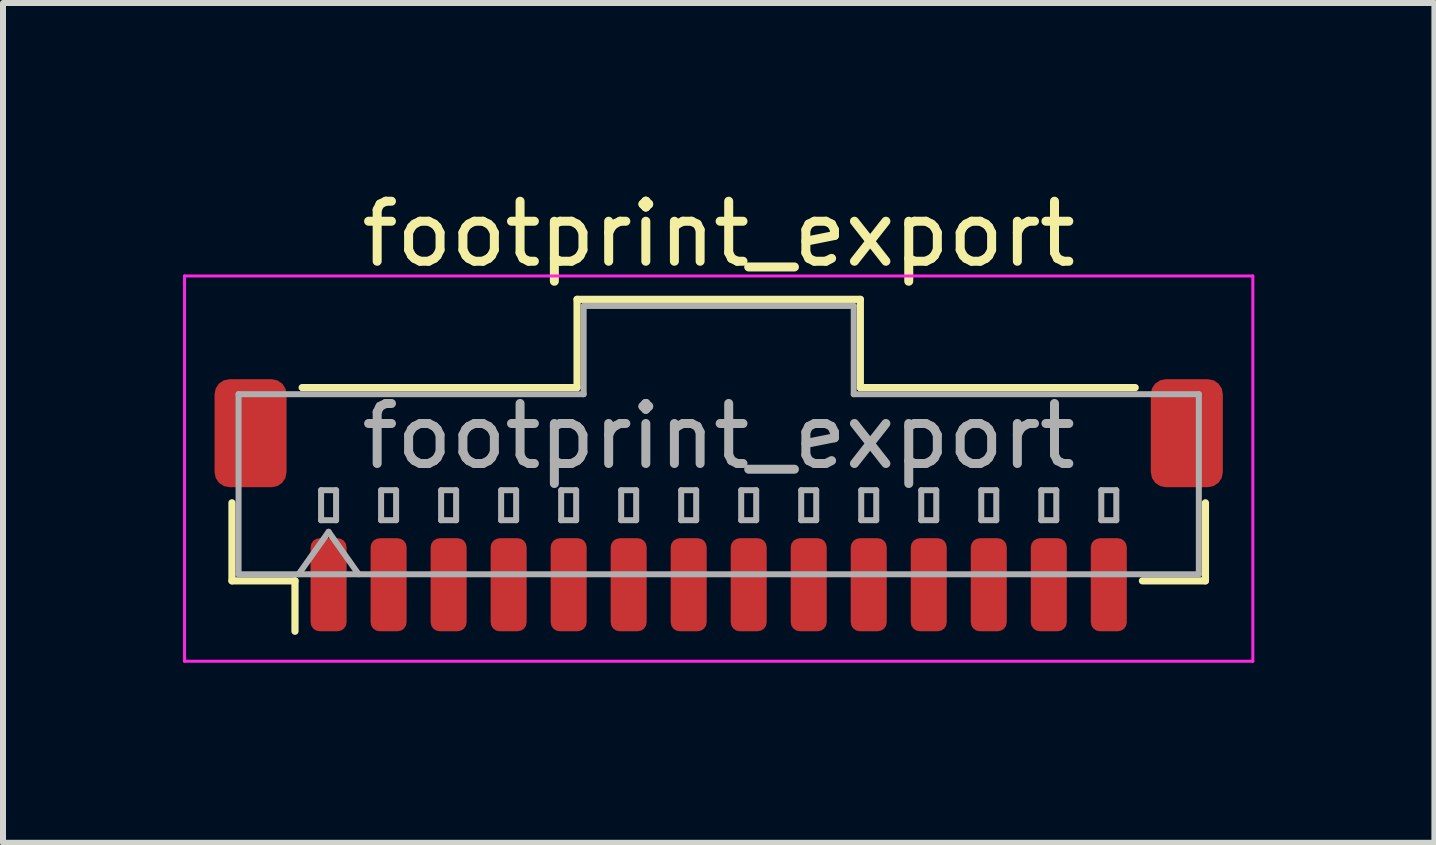
<source format=kicad_pcb>
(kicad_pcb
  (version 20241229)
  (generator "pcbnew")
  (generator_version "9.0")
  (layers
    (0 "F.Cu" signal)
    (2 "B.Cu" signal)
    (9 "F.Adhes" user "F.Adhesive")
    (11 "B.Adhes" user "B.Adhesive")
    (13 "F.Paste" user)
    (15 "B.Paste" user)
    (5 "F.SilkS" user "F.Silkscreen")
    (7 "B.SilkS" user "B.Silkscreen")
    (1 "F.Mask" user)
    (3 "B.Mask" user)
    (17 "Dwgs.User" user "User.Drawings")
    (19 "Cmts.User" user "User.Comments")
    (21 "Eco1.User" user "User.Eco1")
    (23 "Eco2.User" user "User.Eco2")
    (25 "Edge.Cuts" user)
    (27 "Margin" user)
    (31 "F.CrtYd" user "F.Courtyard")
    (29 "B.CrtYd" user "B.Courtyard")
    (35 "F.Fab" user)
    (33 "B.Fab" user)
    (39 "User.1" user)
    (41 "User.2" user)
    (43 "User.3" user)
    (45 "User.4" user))
  (footprint "footprint_export"
    (layer "F.Cu")
    (at 8.925 5.368)
    (property "Reference" "footprint_export" (at 0 -4.52 0) (layer "F.SilkS") (effects (font (size 1 1) (thickness 0.15))))
    (attr smd)
    (fp_line (start -8.11 -0.04) (end -8.11 1.26) (stroke (width 0.12) (type solid)) (layer "F.SilkS"))
    (fp_line (start -8.11 1.26) (end -7.06 1.26) (stroke (width 0.12) (type solid)) (layer "F.SilkS"))
    (fp_line (start -7.06 1.26) (end -7.06 2.1) (stroke (width 0.12) (type solid)) (layer "F.SilkS"))
    (fp_line (start -6.94 -1.96) (end -2.36 -1.96) (stroke (width 0.12) (type solid)) (layer "F.SilkS"))
    (fp_line (start -2.36 -3.43) (end 2.36 -3.43) (stroke (width 0.12) (type solid)) (layer "F.SilkS"))
    (fp_line (start -2.36 -1.96) (end -2.36 -3.43) (stroke (width 0.12) (type solid)) (layer "F.SilkS"))
    (fp_line (start 2.36 -3.43) (end 2.36 -1.96) (stroke (width 0.12) (type solid)) (layer "F.SilkS"))
    (fp_line (start 2.36 -1.96) (end 6.94 -1.96) (stroke (width 0.12) (type solid)) (layer "F.SilkS"))
    (fp_line (start 8.11 -0.04) (end 8.11 1.26) (stroke (width 0.12) (type solid)) (layer "F.SilkS"))
    (fp_line (start 8.11 1.26) (end 7.06 1.26) (stroke (width 0.12) (type solid)) (layer "F.SilkS"))
    (fp_line (start -8.9 -3.82) (end -8.9 2.6) (stroke (width 0.05) (type solid)) (layer "F.CrtYd"))
    (fp_line (start -8.9 2.6) (end 8.9 2.6) (stroke (width 0.05) (type solid)) (layer "F.CrtYd"))
    (fp_line (start 8.9 -3.82) (end -8.9 -3.82) (stroke (width 0.05) (type solid)) (layer "F.CrtYd"))
    (fp_line (start 8.9 2.6) (end 8.9 -3.82) (stroke (width 0.05) (type solid)) (layer "F.CrtYd"))
    (fp_line (start -8 -1.85) (end -2.25 -1.85) (stroke (width 0.1) (type solid)) (layer "F.Fab"))
    (fp_line (start -8 1.15) (end -8 -1.85) (stroke (width 0.1) (type solid)) (layer "F.Fab"))
    (fp_line (start -8 1.15) (end 8 1.15) (stroke (width 0.1) (type solid)) (layer "F.Fab"))
    (fp_line (start -7 1.15) (end -6.5 0.443) (stroke (width 0.1) (type solid)) (layer "F.Fab"))
    (fp_line (start -6.625 -0.25) (end -6.625 0.25) (stroke (width 0.1) (type solid)) (layer "F.Fab"))
    (fp_line (start -6.625 0.25) (end -6.375 0.25) (stroke (width 0.1) (type solid)) (layer "F.Fab"))
    (fp_line (start -6.5 0.443) (end -6 1.15) (stroke (width 0.1) (type solid)) (layer "F.Fab"))
    (fp_line (start -6.375 -0.25) (end -6.625 -0.25) (stroke (width 0.1) (type solid)) (layer "F.Fab"))
    (fp_line (start -6.375 0.25) (end -6.375 -0.25) (stroke (width 0.1) (type solid)) (layer "F.Fab"))
    (fp_line (start -5.625 -0.25) (end -5.625 0.25) (stroke (width 0.1) (type solid)) (layer "F.Fab"))
    (fp_line (start -5.625 0.25) (end -5.375 0.25) (stroke (width 0.1) (type solid)) (layer "F.Fab"))
    (fp_line (start -5.375 -0.25) (end -5.625 -0.25) (stroke (width 0.1) (type solid)) (layer "F.Fab"))
    (fp_line (start -5.375 0.25) (end -5.375 -0.25) (stroke (width 0.1) (type solid)) (layer "F.Fab"))
    (fp_line (start -4.625 -0.25) (end -4.625 0.25) (stroke (width 0.1) (type solid)) (layer "F.Fab"))
    (fp_line (start -4.625 0.25) (end -4.375 0.25) (stroke (width 0.1) (type solid)) (layer "F.Fab"))
    (fp_line (start -4.375 -0.25) (end -4.625 -0.25) (stroke (width 0.1) (type solid)) (layer "F.Fab"))
    (fp_line (start -4.375 0.25) (end -4.375 -0.25) (stroke (width 0.1) (type solid)) (layer "F.Fab"))
    (fp_line (start -3.625 -0.25) (end -3.625 0.25) (stroke (width 0.1) (type solid)) (layer "F.Fab"))
    (fp_line (start -3.625 0.25) (end -3.375 0.25) (stroke (width 0.1) (type solid)) (layer "F.Fab"))
    (fp_line (start -3.375 -0.25) (end -3.625 -0.25) (stroke (width 0.1) (type solid)) (layer "F.Fab"))
    (fp_line (start -3.375 0.25) (end -3.375 -0.25) (stroke (width 0.1) (type solid)) (layer "F.Fab"))
    (fp_line (start -2.625 -0.25) (end -2.625 0.25) (stroke (width 0.1) (type solid)) (layer "F.Fab"))
    (fp_line (start -2.625 0.25) (end -2.375 0.25) (stroke (width 0.1) (type solid)) (layer "F.Fab"))
    (fp_line (start -2.375 -0.25) (end -2.625 -0.25) (stroke (width 0.1) (type solid)) (layer "F.Fab"))
    (fp_line (start -2.375 0.25) (end -2.375 -0.25) (stroke (width 0.1) (type solid)) (layer "F.Fab"))
    (fp_line (start -2.25 -3.32) (end 2.25 -3.32) (stroke (width 0.1) (type solid)) (layer "F.Fab"))
    (fp_line (start -2.25 -1.85) (end -2.25 -3.32) (stroke (width 0.1) (type solid)) (layer "F.Fab"))
    (fp_line (start -1.625 -0.25) (end -1.625 0.25) (stroke (width 0.1) (type solid)) (layer "F.Fab"))
    (fp_line (start -1.625 0.25) (end -1.375 0.25) (stroke (width 0.1) (type solid)) (layer "F.Fab"))
    (fp_line (start -1.375 -0.25) (end -1.625 -0.25) (stroke (width 0.1) (type solid)) (layer "F.Fab"))
    (fp_line (start -1.375 0.25) (end -1.375 -0.25) (stroke (width 0.1) (type solid)) (layer "F.Fab"))
    (fp_line (start -0.625 -0.25) (end -0.625 0.25) (stroke (width 0.1) (type solid)) (layer "F.Fab"))
    (fp_line (start -0.625 0.25) (end -0.375 0.25) (stroke (width 0.1) (type solid)) (layer "F.Fab"))
    (fp_line (start -0.375 -0.25) (end -0.625 -0.25) (stroke (width 0.1) (type solid)) (layer "F.Fab"))
    (fp_line (start -0.375 0.25) (end -0.375 -0.25) (stroke (width 0.1) (type solid)) (layer "F.Fab"))
    (fp_line (start 0.375 -0.25) (end 0.375 0.25) (stroke (width 0.1) (type solid)) (layer "F.Fab"))
    (fp_line (start 0.375 0.25) (end 0.625 0.25) (stroke (width 0.1) (type solid)) (layer "F.Fab"))
    (fp_line (start 0.625 -0.25) (end 0.375 -0.25) (stroke (width 0.1) (type solid)) (layer "F.Fab"))
    (fp_line (start 0.625 0.25) (end 0.625 -0.25) (stroke (width 0.1) (type solid)) (layer "F.Fab"))
    (fp_line (start 1.375 -0.25) (end 1.375 0.25) (stroke (width 0.1) (type solid)) (layer "F.Fab"))
    (fp_line (start 1.375 0.25) (end 1.625 0.25) (stroke (width 0.1) (type solid)) (layer "F.Fab"))
    (fp_line (start 1.625 -0.25) (end 1.375 -0.25) (stroke (width 0.1) (type solid)) (layer "F.Fab"))
    (fp_line (start 1.625 0.25) (end 1.625 -0.25) (stroke (width 0.1) (type solid)) (layer "F.Fab"))
    (fp_line (start 2.25 -3.32) (end 2.25 -1.85) (stroke (width 0.1) (type solid)) (layer "F.Fab"))
    (fp_line (start 2.25 -1.85) (end 8 -1.85) (stroke (width 0.1) (type solid)) (layer "F.Fab"))
    (fp_line (start 2.375 -0.25) (end 2.375 0.25) (stroke (width 0.1) (type solid)) (layer "F.Fab"))
    (fp_line (start 2.375 0.25) (end 2.625 0.25) (stroke (width 0.1) (type solid)) (layer "F.Fab"))
    (fp_line (start 2.625 -0.25) (end 2.375 -0.25) (stroke (width 0.1) (type solid)) (layer "F.Fab"))
    (fp_line (start 2.625 0.25) (end 2.625 -0.25) (stroke (width 0.1) (type solid)) (layer "F.Fab"))
    (fp_line (start 3.375 -0.25) (end 3.375 0.25) (stroke (width 0.1) (type solid)) (layer "F.Fab"))
    (fp_line (start 3.375 0.25) (end 3.625 0.25) (stroke (width 0.1) (type solid)) (layer "F.Fab"))
    (fp_line (start 3.625 -0.25) (end 3.375 -0.25) (stroke (width 0.1) (type solid)) (layer "F.Fab"))
    (fp_line (start 3.625 0.25) (end 3.625 -0.25) (stroke (width 0.1) (type solid)) (layer "F.Fab"))
    (fp_line (start 4.375 -0.25) (end 4.375 0.25) (stroke (width 0.1) (type solid)) (layer "F.Fab"))
    (fp_line (start 4.375 0.25) (end 4.625 0.25) (stroke (width 0.1) (type solid)) (layer "F.Fab"))
    (fp_line (start 4.625 -0.25) (end 4.375 -0.25) (stroke (width 0.1) (type solid)) (layer "F.Fab"))
    (fp_line (start 4.625 0.25) (end 4.625 -0.25) (stroke (width 0.1) (type solid)) (layer "F.Fab"))
    (fp_line (start 5.375 -0.25) (end 5.375 0.25) (stroke (width 0.1) (type solid)) (layer "F.Fab"))
    (fp_line (start 5.375 0.25) (end 5.625 0.25) (stroke (width 0.1) (type solid)) (layer "F.Fab"))
    (fp_line (start 5.625 -0.25) (end 5.375 -0.25) (stroke (width 0.1) (type solid)) (layer "F.Fab"))
    (fp_line (start 5.625 0.25) (end 5.625 -0.25) (stroke (width 0.1) (type solid)) (layer "F.Fab"))
    (fp_line (start 6.375 -0.25) (end 6.375 0.25) (stroke (width 0.1) (type solid)) (layer "F.Fab"))
    (fp_line (start 6.375 0.25) (end 6.625 0.25) (stroke (width 0.1) (type solid)) (layer "F.Fab"))
    (fp_line (start 6.625 -0.25) (end 6.375 -0.25) (stroke (width 0.1) (type solid)) (layer "F.Fab"))
    (fp_line (start 6.625 0.25) (end 6.625 -0.25) (stroke (width 0.1) (type solid)) (layer "F.Fab"))
    (fp_line (start 8 1.15) (end 8 -1.85) (stroke (width 0.1) (type solid)) (layer "F.Fab"))
    (fp_text user "${REFERENCE}" (at 0 -1.15 0) (layer "F.Fab") (effects (font (size 1 1) (thickness 0.15))))
    (pad "1" smd roundrect (at -6.5 1.325) (size 0.6 1.55) (layers "F.Cu" "F.Mask" "F.Paste") (roundrect_rratio 0.25))
    (pad "2" smd roundrect (at -5.5 1.325) (size 0.6 1.55) (layers "F.Cu" "F.Mask" "F.Paste") (roundrect_rratio 0.25))
    (pad "3" smd roundrect (at -4.5 1.325) (size 0.6 1.55) (layers "F.Cu" "F.Mask" "F.Paste") (roundrect_rratio 0.25))
    (pad "4" smd roundrect (at -3.5 1.325) (size 0.6 1.55) (layers "F.Cu" "F.Mask" "F.Paste") (roundrect_rratio 0.25))
    (pad "5" smd roundrect (at -2.5 1.325) (size 0.6 1.55) (layers "F.Cu" "F.Mask" "F.Paste") (roundrect_rratio 0.25))
    (pad "6" smd roundrect (at -1.5 1.325) (size 0.6 1.55) (layers "F.Cu" "F.Mask" "F.Paste") (roundrect_rratio 0.25))
    (pad "7" smd roundrect (at -0.5 1.325) (size 0.6 1.55) (layers "F.Cu" "F.Mask" "F.Paste") (roundrect_rratio 0.25))
    (pad "8" smd roundrect (at 0.5 1.325) (size 0.6 1.55) (layers "F.Cu" "F.Mask" "F.Paste") (roundrect_rratio 0.25))
    (pad "9" smd roundrect (at 1.5 1.325) (size 0.6 1.55) (layers "F.Cu" "F.Mask" "F.Paste") (roundrect_rratio 0.25))
    (pad "10" smd roundrect (at 2.5 1.325) (size 0.6 1.55) (layers "F.Cu" "F.Mask" "F.Paste") (roundrect_rratio 0.25))
    (pad "11" smd roundrect (at 3.5 1.325) (size 0.6 1.55) (layers "F.Cu" "F.Mask" "F.Paste") (roundrect_rratio 0.25))
    (pad "12" smd roundrect (at 4.5 1.325) (size 0.6 1.55) (layers "F.Cu" "F.Mask" "F.Paste") (roundrect_rratio 0.25))
    (pad "13" smd roundrect (at 5.5 1.325) (size 0.6 1.55) (layers "F.Cu" "F.Mask" "F.Paste") (roundrect_rratio 0.25))
    (pad "14" smd roundrect (at 6.5 1.325) (size 0.6 1.55) (layers "F.Cu" "F.Mask" "F.Paste") (roundrect_rratio 0.25))
    (pad "MP" smd roundrect (at -7.8 -1.2) (size 1.2 1.8) (layers "F.Cu" "F.Mask" "F.Paste") (roundrect_rratio 0.208))
    (pad "MP" smd roundrect (at 7.8 -1.2) (size 1.2 1.8) (layers "F.Cu" "F.Mask" "F.Paste") (roundrect_rratio 0.208)))
  (gr_rect
    (start -3 -3)
    (end 20.85 10.993)
    (stroke (width 0.1) (type default))
    (fill no)
    (layer "Edge.Cuts")))
</source>
